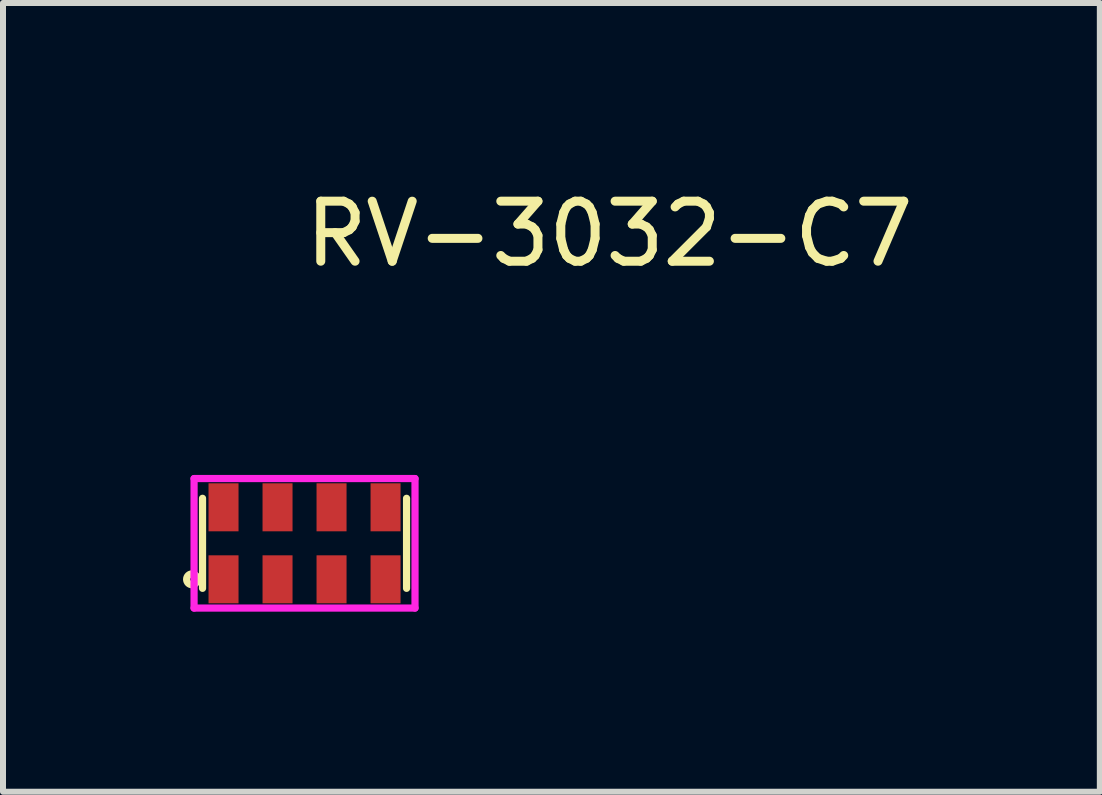
<source format=kicad_pcb>
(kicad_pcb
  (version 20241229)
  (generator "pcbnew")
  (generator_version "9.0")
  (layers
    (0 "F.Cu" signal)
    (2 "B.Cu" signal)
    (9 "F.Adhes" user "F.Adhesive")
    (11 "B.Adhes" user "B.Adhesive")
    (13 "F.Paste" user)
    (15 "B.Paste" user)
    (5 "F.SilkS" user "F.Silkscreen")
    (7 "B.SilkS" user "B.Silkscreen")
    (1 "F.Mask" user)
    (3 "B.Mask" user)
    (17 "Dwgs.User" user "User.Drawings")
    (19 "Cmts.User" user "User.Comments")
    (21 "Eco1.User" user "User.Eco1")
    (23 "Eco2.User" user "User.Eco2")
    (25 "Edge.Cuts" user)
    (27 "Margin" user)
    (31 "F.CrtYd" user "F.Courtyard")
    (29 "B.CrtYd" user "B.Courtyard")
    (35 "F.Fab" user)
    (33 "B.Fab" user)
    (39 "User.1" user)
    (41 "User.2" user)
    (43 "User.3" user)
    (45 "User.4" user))
  (footprint "RV-3032-C7"
    (layer "F.Cu")
    (at 2.025 6.004)
    (property "Reference" "RV-3032-C7" (at 5.08 -5.156 0) (layer "F.SilkS") (effects (font (size 1 1) (thickness 0.15))))
    (attr through_hole)
    (fp_line (start -1.7 -0.75) (end -1.7 0.75) (stroke (width 0.12) (type solid)) (layer "F.SilkS"))
    (fp_line (start 1.7 -0.75) (end 1.7 0.75) (stroke (width 0.12) (type solid)) (layer "F.SilkS"))
    (fp_circle (center -1.875 0.6) (end -1.825 0.675) (stroke (width 0.12) (type solid)) (fill no) (layer "F.SilkS"))
    (fp_line (start -1.841 -1.079) (end -1.841 1.079) (stroke (width 0.12) (type solid)) (layer "F.CrtYd"))
    (fp_line (start -1.841 1.079) (end 1.841 1.079) (stroke (width 0.12) (type solid)) (layer "F.CrtYd"))
    (fp_line (start 1.841 -1.079) (end -1.841 -1.079) (stroke (width 0.12) (type solid)) (layer "F.CrtYd"))
    (fp_line (start 1.841 1.079) (end 1.841 -1.079) (stroke (width 0.12) (type solid)) (layer "F.CrtYd"))
    (pad "1" smd rect (at -1.35 0.6) (size 0.5 0.8) (layers "F.Cu" "F.Mask" "F.Paste"))
    (pad "2" smd rect (at -0.45 0.6) (size 0.5 0.8) (layers "F.Cu" "F.Mask" "F.Paste"))
    (pad "3" smd rect (at 0.45 0.6) (size 0.5 0.8) (layers "F.Cu" "F.Mask" "F.Paste"))
    (pad "4" smd rect (at 1.35 0.6) (size 0.5 0.8) (layers "F.Cu" "F.Mask" "F.Paste"))
    (pad "5" smd rect (at 1.35 -0.6) (size 0.5 0.8) (layers "F.Cu" "F.Mask" "F.Paste"))
    (pad "6" smd rect (at 0.45 -0.6) (size 0.5 0.8) (layers "F.Cu" "F.Mask" "F.Paste"))
    (pad "7" smd rect (at -0.45 -0.6) (size 0.5 0.8) (layers "F.Cu" "F.Mask" "F.Paste"))
    (pad "8" smd rect (at -1.35 -0.6) (size 0.5 0.8) (layers "F.Cu" "F.Mask" "F.Paste")))
  (gr_rect
    (start -3 -3)
    (end 15.278 10.144)
    (stroke (width 0.1) (type default))
    (fill no)
    (layer "Edge.Cuts")))
</source>
